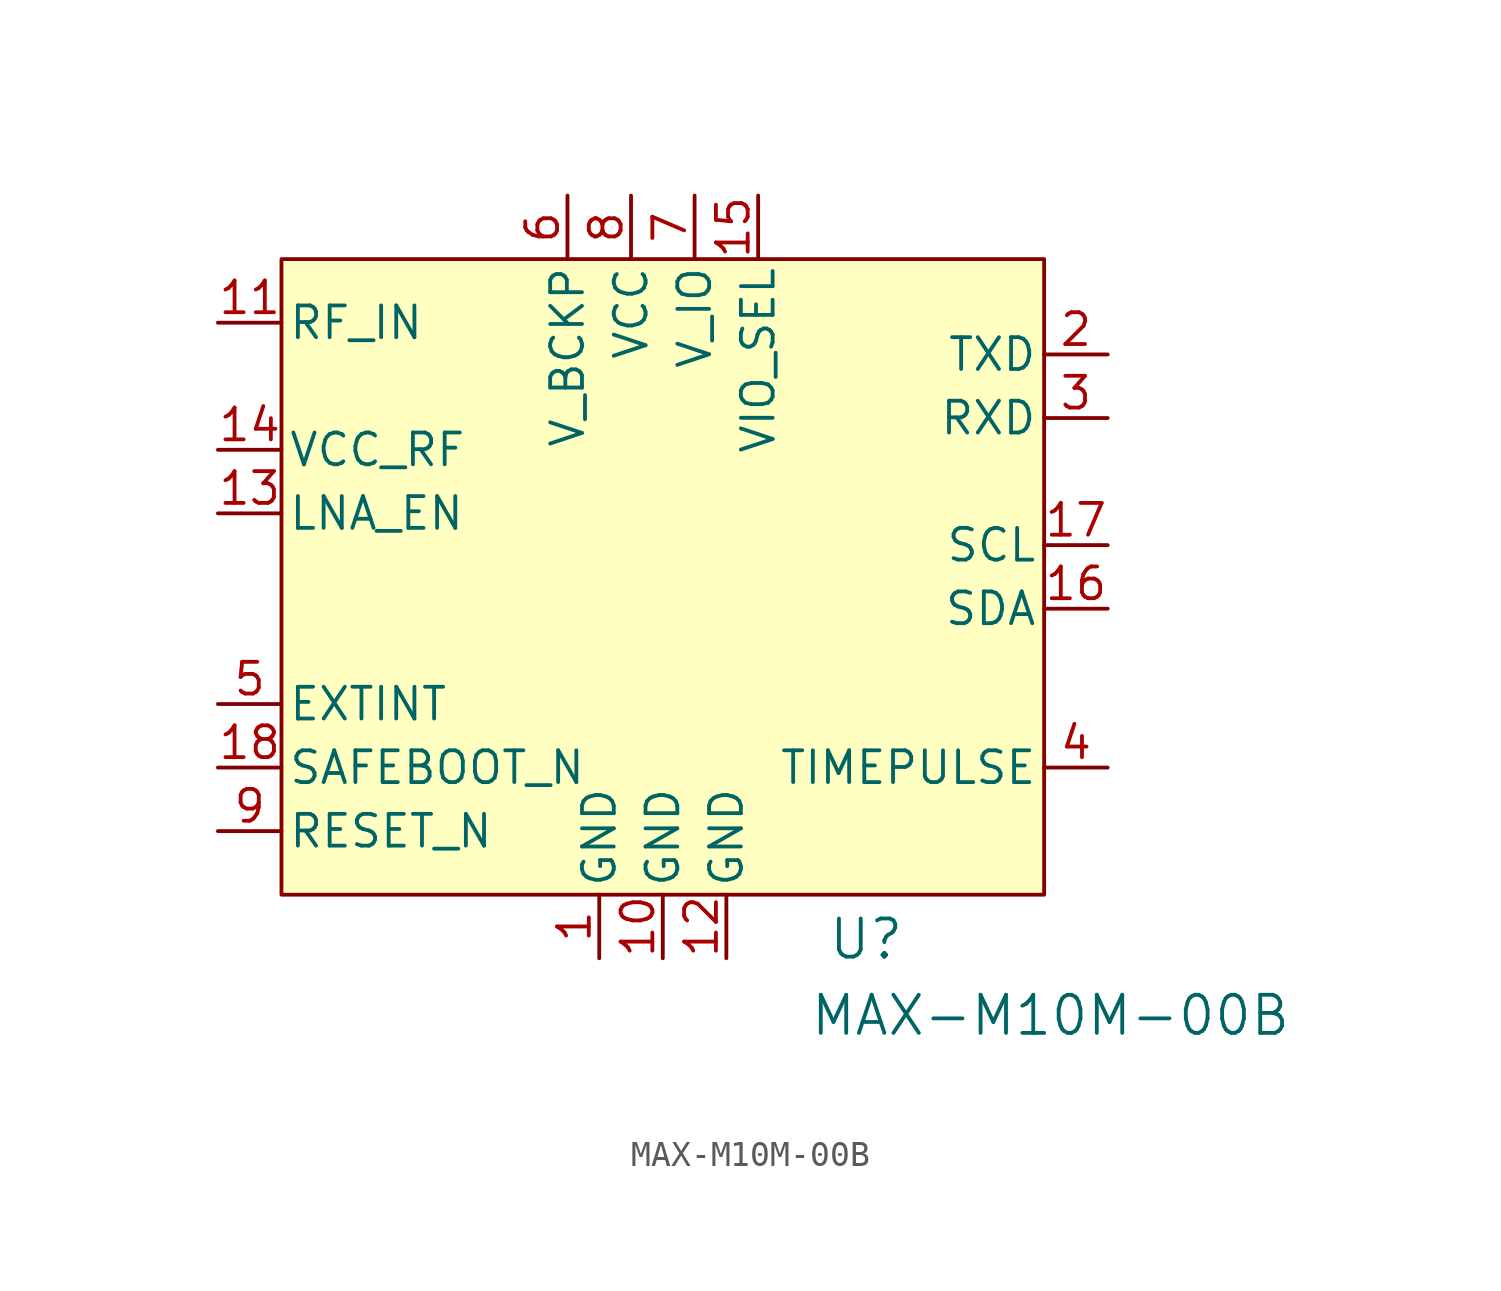
<source format=kicad_sym>
(kicad_symbol_lib
  (version 20231120)
  (generator "kicad_symbol_editor")
  (generator_version "8.0")
  (symbol "MAX-M10M-00B"
    (pin_names
      (offset 0.254))
    (property "Reference" "U"
      (at 8.128 -14.478 0)
      (effects (font (size 1.524 1.524))))
    (property "Value" "MAX-M10M-00B"
      (at 15.494 -17.526 0)
      (effects (font (size 1.524 1.524))))
    (symbol "MAX-M10M-00B_0_1"
      (pin input line (at -17.78 10.16 0) (length 2.54) (name "RF_IN" (effects (font (size 1.27 1.27)))) (number "11" (effects (font (size 1.27 1.27)))))
      (pin output line (at -17.78 2.54 0) (length 2.54) (name "LNA_EN" (effects (font (size 1.27 1.27)))) (number "13" (effects (font (size 1.27 1.27)))))
      (pin output line (at -17.78 5.08 0) (length 2.54) (name "VCC_RF" (effects (font (size 1.27 1.27)))) (number "14" (effects (font (size 1.27 1.27)))))
      (pin input line (at 3.81 15.24 270) (length 2.54) (name "VIO_SEL" (effects (font (size 1.27 1.27)))) (number "15" (effects (font (size 1.27 1.27)))))
      (pin bidirectional line (at 17.78 -1.27 180) (length 2.54) (name "SDA" (effects (font (size 1.27 1.27)))) (number "16" (effects (font (size 1.27 1.27)))))
      (pin input line (at 17.78 1.27 180) (length 2.54) (name "SCL" (effects (font (size 1.27 1.27)))) (number "17" (effects (font (size 1.27 1.27)))))
      (pin input line (at -17.78 -7.62 0) (length 2.54) (name "SAFEBOOT_N" (effects (font (size 1.27 1.27)))) (number "18" (effects (font (size 1.27 1.27)))))
      (pin output line (at 17.78 8.89 180) (length 2.54) (name "TXD" (effects (font (size 1.27 1.27)))) (number "2" (effects (font (size 1.27 1.27)))))
      (pin input line (at 17.78 6.35 180) (length 2.54) (name "RXD" (effects (font (size 1.27 1.27)))) (number "3" (effects (font (size 1.27 1.27)))))
      (pin output line (at 17.78 -7.62 180) (length 2.54) (name "TIMEPULSE" (effects (font (size 1.27 1.27)))) (number "4" (effects (font (size 1.27 1.27)))))
      (pin input line (at -17.78 -5.08 0) (length 2.54) (name "EXTINT" (effects (font (size 1.27 1.27)))) (number "5" (effects (font (size 1.27 1.27)))))
      (pin power_in line (at -3.81 15.24 270) (length 2.54) (name "V_BCKP" (effects (font (size 1.27 1.27)))) (number "6" (effects (font (size 1.27 1.27)))))
      (pin power_in line (at 1.27 15.24 270) (length 2.54) (name "V_IO" (effects (font (size 1.27 1.27)))) (number "7" (effects (font (size 1.27 1.27)))))
      (pin power_in line (at -1.27 15.24 270) (length 2.54) (name "VCC" (effects (font (size 1.27 1.27)))) (number "8" (effects (font (size 1.27 1.27)))))
      (pin input line (at -17.78 -10.16 0) (length 2.54) (name "RESET_N" (effects (font (size 1.27 1.27)))) (number "9" (effects (font (size 1.27 1.27))))))
    (symbol "MAX-M10M-00B_1_1"
      (rectangle (start -15.24 12.7) (end 15.24 -12.7) (stroke (width 0) (type default)) (fill (type background)))
      (pin power_in line (at -2.54 -15.24 90) (length 2.54) (name "GND" (effects (font (size 1.27 1.27)))) (number "1" (effects (font (size 1.27 1.27)))))
      (pin power_in line (at 0 -15.24 90) (length 2.54) (name "GND" (effects (font (size 1.27 1.27)))) (number "10" (effects (font (size 1.27 1.27)))))
      (pin power_in line (at 2.54 -15.24 90) (length 2.54) (name "GND" (effects (font (size 1.27 1.27)))) (number "12" (effects (font (size 1.27 1.27))))))))
</source>
